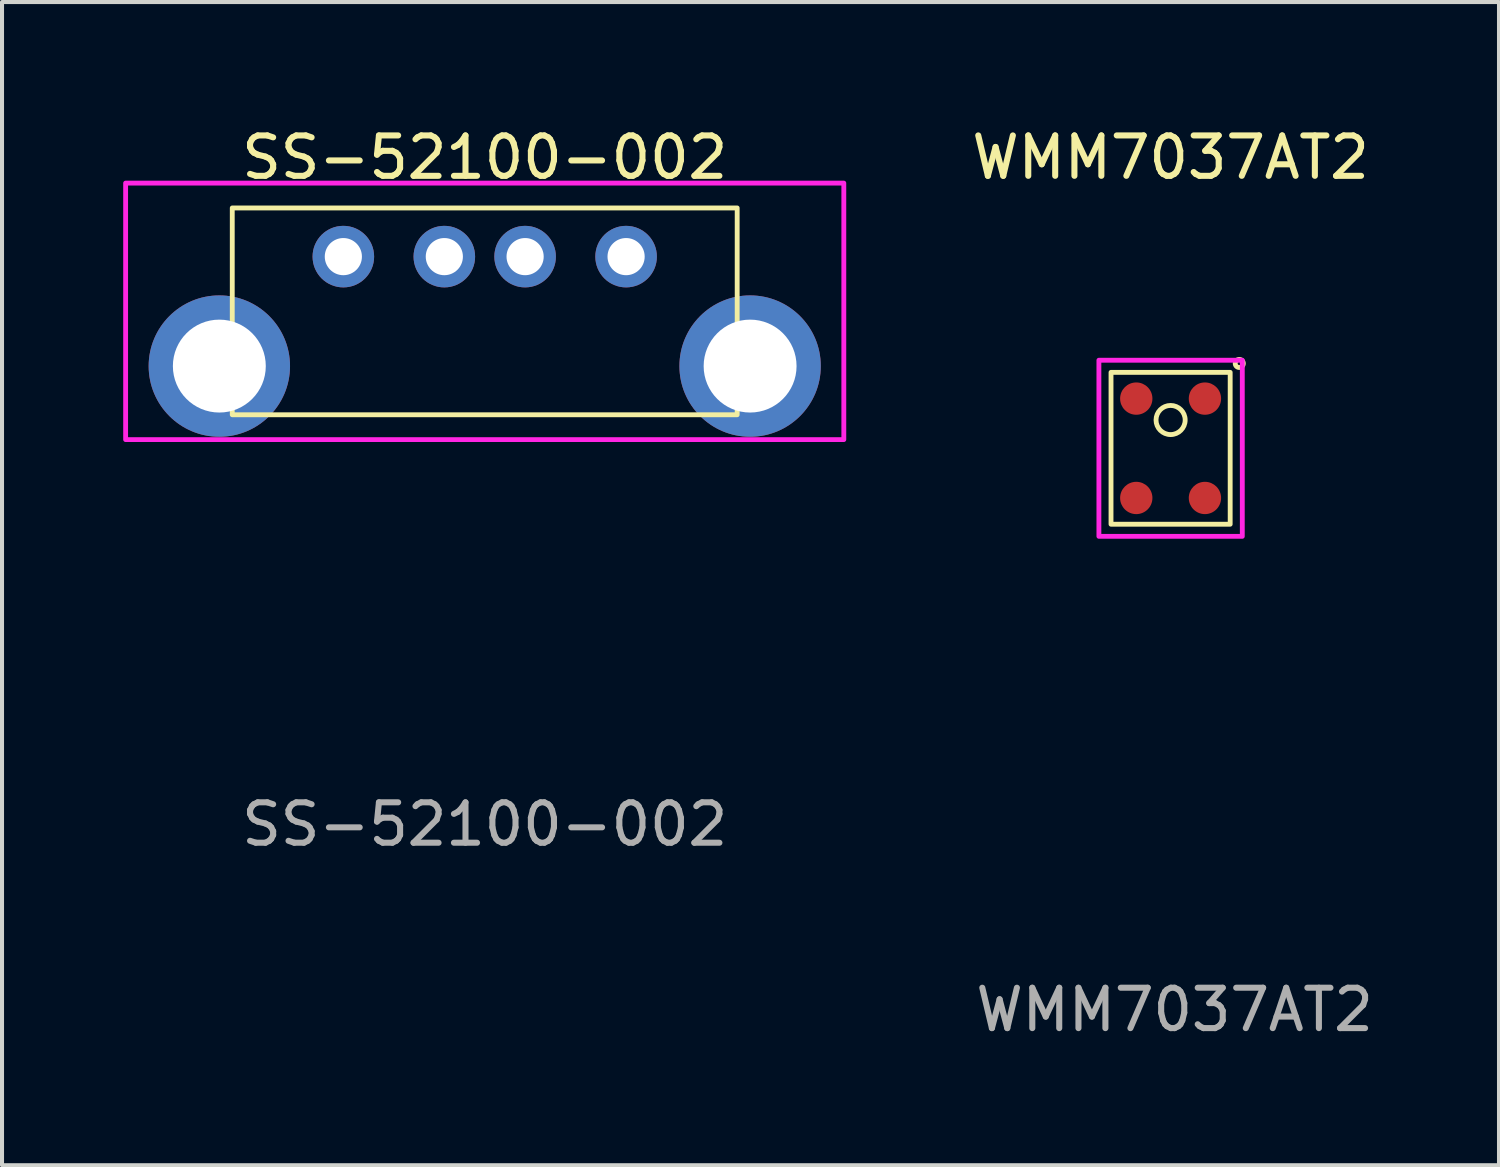
<source format=kicad_pcb>
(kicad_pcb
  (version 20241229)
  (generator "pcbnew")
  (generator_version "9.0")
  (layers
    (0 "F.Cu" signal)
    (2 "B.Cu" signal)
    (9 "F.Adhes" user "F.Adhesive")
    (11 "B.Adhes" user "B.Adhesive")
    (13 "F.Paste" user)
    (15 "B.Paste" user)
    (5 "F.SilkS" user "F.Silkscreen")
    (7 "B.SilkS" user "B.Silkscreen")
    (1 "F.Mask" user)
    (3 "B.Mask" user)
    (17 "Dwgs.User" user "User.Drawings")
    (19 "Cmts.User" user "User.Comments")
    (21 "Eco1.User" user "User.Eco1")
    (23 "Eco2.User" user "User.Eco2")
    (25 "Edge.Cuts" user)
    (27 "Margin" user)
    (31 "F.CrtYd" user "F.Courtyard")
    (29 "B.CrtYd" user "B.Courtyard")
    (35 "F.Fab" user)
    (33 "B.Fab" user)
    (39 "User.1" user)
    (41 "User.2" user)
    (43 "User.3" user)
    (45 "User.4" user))
  (footprint "WMM7037AT2"
    (layer "F.Cu")
    (at 25.93 8.048)
    (property "Reference" "WMM7037AT2" (at 0 -7.2 0) (unlocked yes) (layer "F.SilkS") (effects (font (size 1 1) (thickness 0.15))))
    (attr smd)
    (fp_rect (start -1.475 -1.88) (end 1.475 1.88) (stroke (width 0.12) (type default)) (fill no) (layer "F.SilkS"))
    (fp_circle (center 0 -0.7) (end 0.2 -0.4) (stroke (width 0.12) (type default)) (fill no) (layer "F.SilkS"))
    (fp_circle (center 1.7 -2.1) (end 1.8 -2.1) (stroke (width 0.12) (type default)) (fill no) (layer "F.SilkS"))
    (fp_rect (start -1.775 -2.18) (end 1.775 2.18) (stroke (width 0.12) (type default)) (fill no) (layer "F.CrtYd"))
    (fp_text user "${REFERENCE}" (at 0.1 13.9 0) (unlocked yes) (layer "F.Fab") (effects (font (size 1 1) (thickness 0.15))))
    (pad "1" smd circle (at 0.85 -1.23) (size 0.8 0.8) (layers "F.Cu" "F.Mask" "F.Paste"))
    (pad "2" smd circle (at 0.85 1.23) (size 0.8 0.8) (layers "F.Cu" "F.Mask" "F.Paste"))
    (pad "3" smd circle (at -0.85 1.23) (size 0.8 0.8) (layers "F.Cu" "F.Mask" "F.Paste"))
    (pad "4" smd circle (at -0.85 -1.23) (size 0.8 0.8) (layers "F.Cu" "F.Mask" "F.Paste")))
  (footprint "SS-52100-002"
    (layer "F.Cu")
    (at 8.95 4.658)
    (property "Reference" "SS-52100-002" (at 0 -3.81 0) (unlocked yes) (layer "F.SilkS") (effects (font (size 1 1) (thickness 0.15))))
    (attr through_hole)
    (fp_rect (start -6.25 -2.56) (end 6.25 2.56) (stroke (width 0.12) (type default)) (fill no) (layer "F.SilkS"))
    (fp_rect (start -8.89 -3.175) (end 8.89 3.175) (stroke (width 0.12) (type default)) (fill no) (layer "F.CrtYd"))
    (fp_text user "${REFERENCE}" (at 0 12.7 0) (unlocked yes) (layer "F.Fab") (effects (font (size 1 1) (thickness 0.15))))
    (pad "1" thru_hole circle (at -3.5 -1.355) (size 1.524 1.524) (drill 0.92) (layers "*.Cu" "*.Mask"))
    (pad "2" thru_hole circle (at -1 -1.355) (size 1.524 1.524) (drill 0.92) (layers "*.Cu" "*.Mask"))
    (pad "3" thru_hole circle (at 1 -1.355) (size 1.524 1.524) (drill 0.92) (layers "*.Cu" "*.Mask"))
    (pad "4" thru_hole circle (at 3.5 -1.355) (size 1.524 1.524) (drill 0.92) (layers "*.Cu" "*.Mask"))
    (pad "5" thru_hole circle (at -6.57 1.355) (size 3.5 3.5) (drill 2.3) (layers "*.Cu" "*.Mask"))
    (pad "5" thru_hole circle (at 6.57 1.355) (size 3.5 3.5) (drill 2.3) (layers "*.Cu" "*.Mask")))
  (gr_rect
    (start -3 -3)
    (end 34.06 25.797)
    (stroke (width 0.1) (type default))
    (fill no)
    (layer "Edge.Cuts")))
</source>
